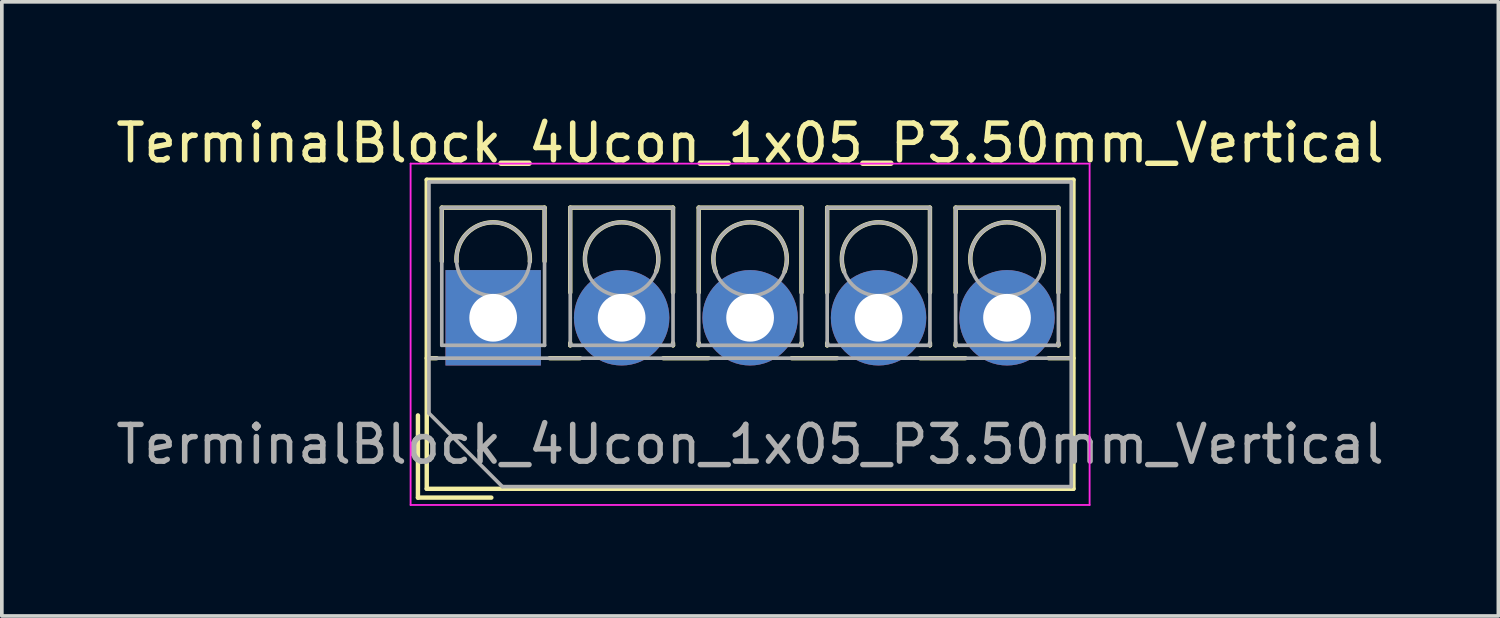
<source format=kicad_pcb>
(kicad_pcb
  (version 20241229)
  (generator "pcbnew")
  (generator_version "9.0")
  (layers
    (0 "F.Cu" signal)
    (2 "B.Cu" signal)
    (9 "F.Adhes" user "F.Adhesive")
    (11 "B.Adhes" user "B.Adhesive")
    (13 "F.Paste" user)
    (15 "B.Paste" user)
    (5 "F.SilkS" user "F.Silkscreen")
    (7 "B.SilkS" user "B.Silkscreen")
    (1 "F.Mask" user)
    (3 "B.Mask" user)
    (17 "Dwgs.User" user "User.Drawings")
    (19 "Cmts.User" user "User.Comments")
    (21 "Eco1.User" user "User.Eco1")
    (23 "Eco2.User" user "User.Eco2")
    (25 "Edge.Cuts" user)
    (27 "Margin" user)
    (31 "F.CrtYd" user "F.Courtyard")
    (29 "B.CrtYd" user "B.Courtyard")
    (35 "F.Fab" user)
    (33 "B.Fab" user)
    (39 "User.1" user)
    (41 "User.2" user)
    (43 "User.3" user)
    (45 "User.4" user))
  (footprint "TerminalBlock_4Ucon_1x05_P3.50mm_Vertical"
    (layer "F.Cu")
    (at 10.387 5.608)
    (property "Reference" "TerminalBlock_4Ucon_1x05_P3.50mm_Vertical" (at 7 -4.76 0) (layer "F.SilkS") (effects (font (size 1 1) (thickness 0.15))))
    (attr through_hole)
    (fp_line (start -2.05 2.66) (end -2.05 4.9) (stroke (width 0.12) (type solid)) (layer "F.SilkS"))
    (fp_line (start -2.05 4.9) (end -0.05 4.9) (stroke (width 0.12) (type solid)) (layer "F.SilkS"))
    (fp_line (start -1.81 -3.76) (end -1.81 4.66) (stroke (width 0.12) (type solid)) (layer "F.SilkS"))
    (fp_line (start -1.81 -3.76) (end 15.81 -3.76) (stroke (width 0.12) (type solid)) (layer "F.SilkS"))
    (fp_line (start -1.81 1.101) (end -1.54 1.101) (stroke (width 0.12) (type solid)) (layer "F.SilkS"))
    (fp_line (start -1.81 4.66) (end 15.81 4.66) (stroke (width 0.12) (type solid)) (layer "F.SilkS"))
    (fp_line (start -1.4 -3) (end -1.4 -1.54) (stroke (width 0.12) (type solid)) (layer "F.SilkS"))
    (fp_line (start -1.4 -3) (end 1.4 -3) (stroke (width 0.12) (type solid)) (layer "F.SilkS"))
    (fp_line (start 1.4 -3) (end 1.4 -1.54) (stroke (width 0.12) (type solid)) (layer "F.SilkS"))
    (fp_line (start 1.54 1.101) (end 2.367 1.101) (stroke (width 0.12) (type solid)) (layer "F.SilkS"))
    (fp_line (start 2.1 -3) (end 2.1 -0.689) (stroke (width 0.12) (type solid)) (layer "F.SilkS"))
    (fp_line (start 2.1 -3) (end 4.9 -3) (stroke (width 0.12) (type solid)) (layer "F.SilkS"))
    (fp_line (start 2.1 0.689) (end 2.1 0.75) (stroke (width 0.12) (type solid)) (layer "F.SilkS"))
    (fp_line (start 2.1 0.75) (end 2.101 0.75) (stroke (width 0.12) (type solid)) (layer "F.SilkS"))
    (fp_line (start 4.634 1.101) (end 5.867 1.101) (stroke (width 0.12) (type solid)) (layer "F.SilkS"))
    (fp_line (start 4.9 -3) (end 4.9 -0.689) (stroke (width 0.12) (type solid)) (layer "F.SilkS"))
    (fp_line (start 4.9 0.689) (end 4.9 0.75) (stroke (width 0.12) (type solid)) (layer "F.SilkS"))
    (fp_line (start 4.9 0.75) (end 4.9 0.75) (stroke (width 0.12) (type solid)) (layer "F.SilkS"))
    (fp_line (start 5.6 -3) (end 5.6 -0.689) (stroke (width 0.12) (type solid)) (layer "F.SilkS"))
    (fp_line (start 5.6 -3) (end 8.4 -3) (stroke (width 0.12) (type solid)) (layer "F.SilkS"))
    (fp_line (start 5.6 0.689) (end 5.6 0.75) (stroke (width 0.12) (type solid)) (layer "F.SilkS"))
    (fp_line (start 5.6 0.75) (end 5.601 0.75) (stroke (width 0.12) (type solid)) (layer "F.SilkS"))
    (fp_line (start 8.134 1.101) (end 9.367 1.101) (stroke (width 0.12) (type solid)) (layer "F.SilkS"))
    (fp_line (start 8.4 -3) (end 8.4 -0.689) (stroke (width 0.12) (type solid)) (layer "F.SilkS"))
    (fp_line (start 8.4 0.689) (end 8.4 0.75) (stroke (width 0.12) (type solid)) (layer "F.SilkS"))
    (fp_line (start 8.4 0.75) (end 8.4 0.75) (stroke (width 0.12) (type solid)) (layer "F.SilkS"))
    (fp_line (start 9.1 -3) (end 9.1 -0.689) (stroke (width 0.12) (type solid)) (layer "F.SilkS"))
    (fp_line (start 9.1 -3) (end 11.9 -3) (stroke (width 0.12) (type solid)) (layer "F.SilkS"))
    (fp_line (start 9.1 0.689) (end 9.1 0.75) (stroke (width 0.12) (type solid)) (layer "F.SilkS"))
    (fp_line (start 9.1 0.75) (end 9.101 0.75) (stroke (width 0.12) (type solid)) (layer "F.SilkS"))
    (fp_line (start 11.634 1.101) (end 12.867 1.101) (stroke (width 0.12) (type solid)) (layer "F.SilkS"))
    (fp_line (start 11.9 -3) (end 11.9 -0.689) (stroke (width 0.12) (type solid)) (layer "F.SilkS"))
    (fp_line (start 11.9 0.689) (end 11.9 0.75) (stroke (width 0.12) (type solid)) (layer "F.SilkS"))
    (fp_line (start 11.9 0.75) (end 11.9 0.75) (stroke (width 0.12) (type solid)) (layer "F.SilkS"))
    (fp_line (start 12.6 -3) (end 12.6 -0.689) (stroke (width 0.12) (type solid)) (layer "F.SilkS"))
    (fp_line (start 12.6 -3) (end 15.4 -3) (stroke (width 0.12) (type solid)) (layer "F.SilkS"))
    (fp_line (start 12.6 0.689) (end 12.6 0.75) (stroke (width 0.12) (type solid)) (layer "F.SilkS"))
    (fp_line (start 12.6 0.75) (end 12.601 0.75) (stroke (width 0.12) (type solid)) (layer "F.SilkS"))
    (fp_line (start 15.134 1.101) (end 15.81 1.101) (stroke (width 0.12) (type solid)) (layer "F.SilkS"))
    (fp_line (start 15.4 -3) (end 15.4 -0.689) (stroke (width 0.12) (type solid)) (layer "F.SilkS"))
    (fp_line (start 15.4 0.689) (end 15.4 0.75) (stroke (width 0.12) (type solid)) (layer "F.SilkS"))
    (fp_line (start 15.4 0.75) (end 15.4 0.75) (stroke (width 0.12) (type solid)) (layer "F.SilkS"))
    (fp_line (start 15.81 -3.76) (end 15.81 4.66) (stroke (width 0.12) (type solid)) (layer "F.SilkS"))
    (fp_arc (start -0.99789 -1.529434) (mid -0.000785 -2.600382) (end 0.998 -1.531) (stroke (width 0.12) (type solid)) (layer "F.SilkS"))
    (fp_arc (start 2.560085 -1.257767) (mid 3.499876 -2.600282) (end 4.44 -1.258) (stroke (width 0.12) (type solid)) (layer "F.SilkS"))
    (fp_arc (start 6.060085 -1.257767) (mid 6.999876 -2.600282) (end 7.94 -1.258) (stroke (width 0.12) (type solid)) (layer "F.SilkS"))
    (fp_arc (start 9.560085 -1.257767) (mid 10.499876 -2.600282) (end 11.44 -1.258) (stroke (width 0.12) (type solid)) (layer "F.SilkS"))
    (fp_arc (start 13.060085 -1.257767) (mid 13.999876 -2.600282) (end 14.94 -1.258) (stroke (width 0.12) (type solid)) (layer "F.SilkS"))
    (fp_line (start -2.25 -4.2) (end -2.25 5.1) (stroke (width 0.05) (type solid)) (layer "F.CrtYd"))
    (fp_line (start -2.25 5.1) (end 16.25 5.1) (stroke (width 0.05) (type solid)) (layer "F.CrtYd"))
    (fp_line (start 16.25 -4.2) (end -2.25 -4.2) (stroke (width 0.05) (type solid)) (layer "F.CrtYd"))
    (fp_line (start 16.25 5.1) (end 16.25 -4.2) (stroke (width 0.05) (type solid)) (layer "F.CrtYd"))
    (fp_line (start -1.75 -3.7) (end 15.75 -3.7) (stroke (width 0.1) (type solid)) (layer "F.Fab"))
    (fp_line (start -1.75 1.1) (end 15.75 1.1) (stroke (width 0.1) (type solid)) (layer "F.Fab"))
    (fp_line (start -1.75 2.6) (end -1.75 -3.7) (stroke (width 0.1) (type solid)) (layer "F.Fab"))
    (fp_line (start -1.4 -3) (end -1.4 0.75) (stroke (width 0.1) (type solid)) (layer "F.Fab"))
    (fp_line (start -1.4 0.75) (end 1.4 0.75) (stroke (width 0.1) (type solid)) (layer "F.Fab"))
    (fp_line (start 0.25 4.6) (end -1.75 2.6) (stroke (width 0.1) (type solid)) (layer "F.Fab"))
    (fp_line (start 1.4 -3) (end -1.4 -3) (stroke (width 0.1) (type solid)) (layer "F.Fab"))
    (fp_line (start 1.4 0.75) (end 1.4 -3) (stroke (width 0.1) (type solid)) (layer "F.Fab"))
    (fp_line (start 2.1 -3) (end 2.1 0.75) (stroke (width 0.1) (type solid)) (layer "F.Fab"))
    (fp_line (start 2.1 0.75) (end 4.9 0.75) (stroke (width 0.1) (type solid)) (layer "F.Fab"))
    (fp_line (start 4.9 -3) (end 2.1 -3) (stroke (width 0.1) (type solid)) (layer "F.Fab"))
    (fp_line (start 4.9 0.75) (end 4.9 -3) (stroke (width 0.1) (type solid)) (layer "F.Fab"))
    (fp_line (start 5.6 -3) (end 5.6 0.75) (stroke (width 0.1) (type solid)) (layer "F.Fab"))
    (fp_line (start 5.6 0.75) (end 8.4 0.75) (stroke (width 0.1) (type solid)) (layer "F.Fab"))
    (fp_line (start 8.4 -3) (end 5.6 -3) (stroke (width 0.1) (type solid)) (layer "F.Fab"))
    (fp_line (start 8.4 0.75) (end 8.4 -3) (stroke (width 0.1) (type solid)) (layer "F.Fab"))
    (fp_line (start 9.1 -3) (end 9.1 0.75) (stroke (width 0.1) (type solid)) (layer "F.Fab"))
    (fp_line (start 9.1 0.75) (end 11.9 0.75) (stroke (width 0.1) (type solid)) (layer "F.Fab"))
    (fp_line (start 11.9 -3) (end 9.1 -3) (stroke (width 0.1) (type solid)) (layer "F.Fab"))
    (fp_line (start 11.9 0.75) (end 11.9 -3) (stroke (width 0.1) (type solid)) (layer "F.Fab"))
    (fp_line (start 12.6 -3) (end 12.6 0.75) (stroke (width 0.1) (type solid)) (layer "F.Fab"))
    (fp_line (start 12.6 0.75) (end 15.4 0.75) (stroke (width 0.1) (type solid)) (layer "F.Fab"))
    (fp_line (start 15.4 -3) (end 12.6 -3) (stroke (width 0.1) (type solid)) (layer "F.Fab"))
    (fp_line (start 15.4 0.75) (end 15.4 -3) (stroke (width 0.1) (type solid)) (layer "F.Fab"))
    (fp_line (start 15.75 -3.7) (end 15.75 4.6) (stroke (width 0.1) (type solid)) (layer "F.Fab"))
    (fp_line (start 15.75 4.6) (end 0.25 4.6) (stroke (width 0.1) (type solid)) (layer "F.Fab"))
    (fp_circle (center 0 -1.6) (end 1 -1.6) (stroke (width 0.1) (type solid)) (fill no) (layer "F.Fab"))
    (fp_circle (center 3.5 -1.6) (end 4.5 -1.6) (stroke (width 0.1) (type solid)) (fill no) (layer "F.Fab"))
    (fp_circle (center 7 -1.6) (end 8 -1.6) (stroke (width 0.1) (type solid)) (fill no) (layer "F.Fab"))
    (fp_circle (center 10.5 -1.6) (end 11.5 -1.6) (stroke (width 0.1) (type solid)) (fill no) (layer "F.Fab"))
    (fp_circle (center 14 -1.6) (end 15 -1.6) (stroke (width 0.1) (type solid)) (fill no) (layer "F.Fab"))
    (fp_text user "${REFERENCE}" (at 7 3.45 0) (layer "F.Fab") (effects (font (size 1 1) (thickness 0.15))))
    (pad "1" thru_hole rect (at 0 0) (size 2.6 2.6) (drill 1.3) (layers "*.Cu" "*.Mask"))
    (pad "2" thru_hole circle (at 3.5 0) (size 2.6 2.6) (drill 1.3) (layers "*.Cu" "*.Mask"))
    (pad "3" thru_hole circle (at 7 0) (size 2.6 2.6) (drill 1.3) (layers "*.Cu" "*.Mask"))
    (pad "4" thru_hole circle (at 10.5 0) (size 2.6 2.6) (drill 1.3) (layers "*.Cu" "*.Mask"))
    (pad "5" thru_hole circle (at 14 0) (size 2.6 2.6) (drill 1.3) (layers "*.Cu" "*.Mask")))
  (gr_rect
    (start -3 -3)
    (end 37.774 13.733)
    (stroke (width 0.1) (type default))
    (fill no)
    (layer "Edge.Cuts")))
</source>
